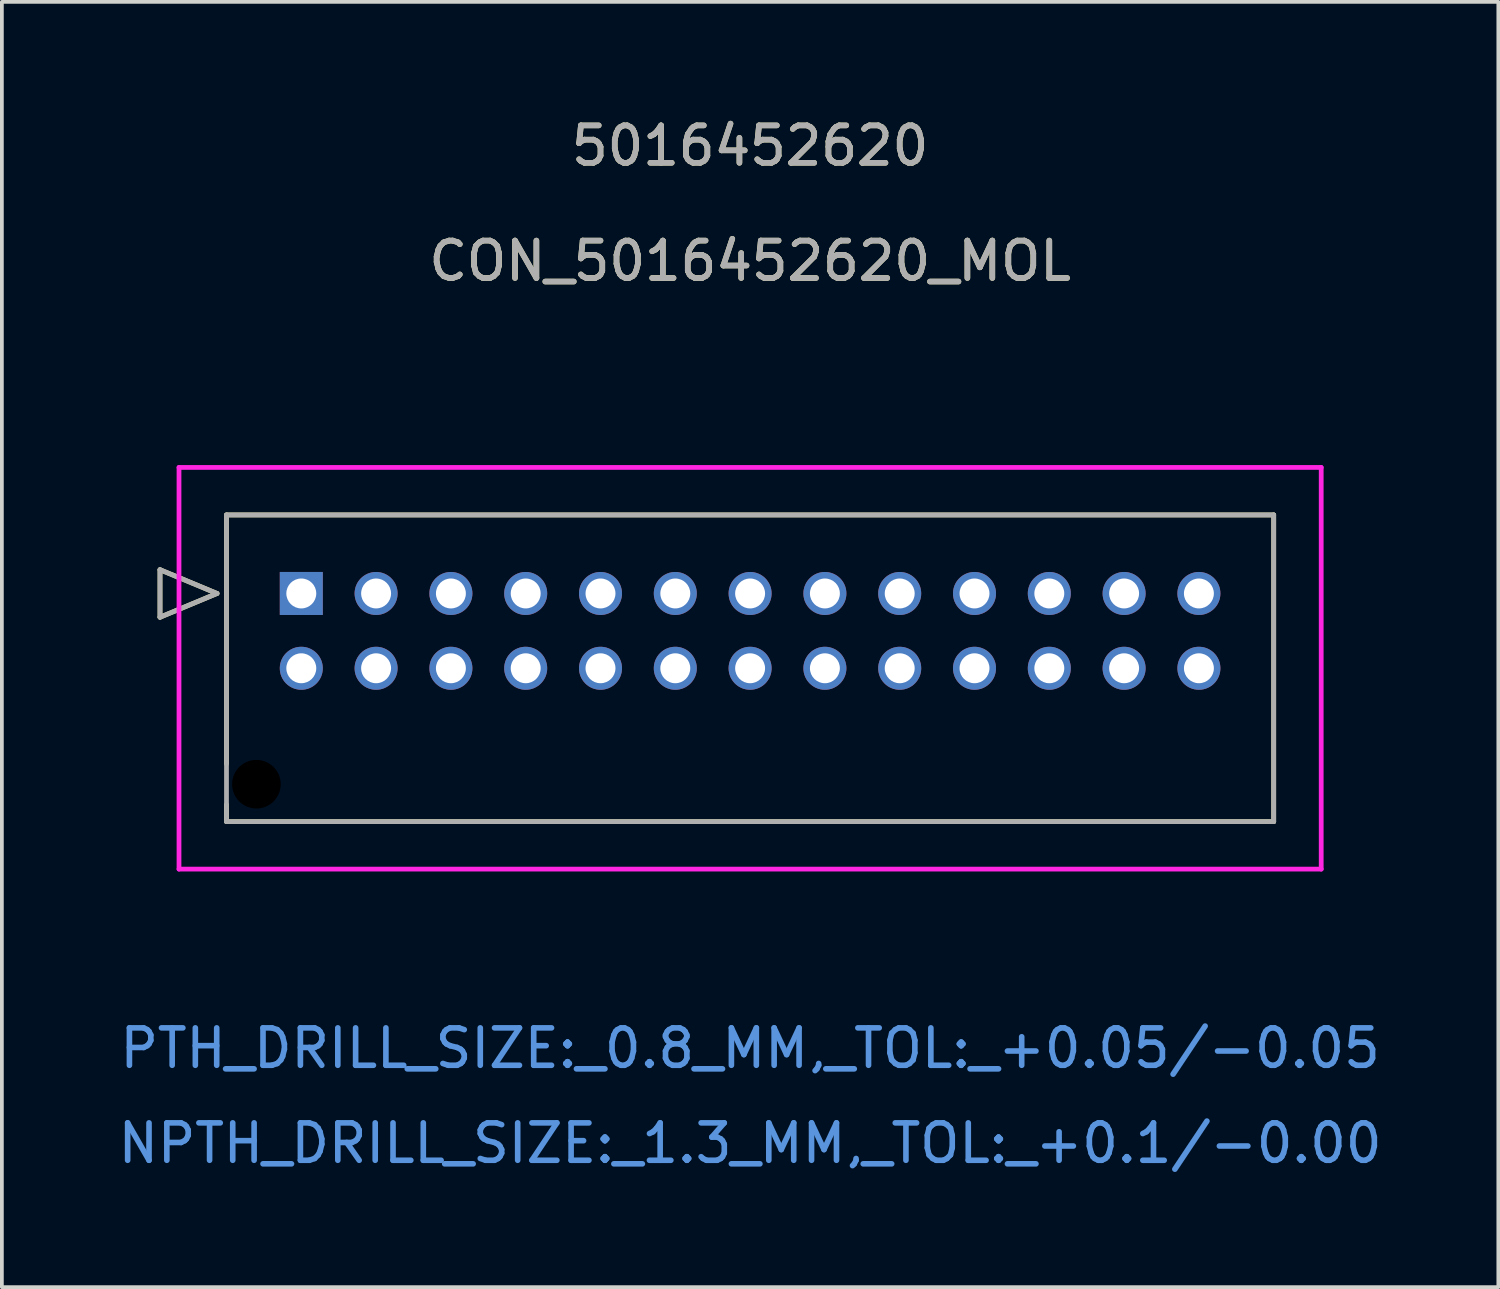
<source format=kicad_pcb>
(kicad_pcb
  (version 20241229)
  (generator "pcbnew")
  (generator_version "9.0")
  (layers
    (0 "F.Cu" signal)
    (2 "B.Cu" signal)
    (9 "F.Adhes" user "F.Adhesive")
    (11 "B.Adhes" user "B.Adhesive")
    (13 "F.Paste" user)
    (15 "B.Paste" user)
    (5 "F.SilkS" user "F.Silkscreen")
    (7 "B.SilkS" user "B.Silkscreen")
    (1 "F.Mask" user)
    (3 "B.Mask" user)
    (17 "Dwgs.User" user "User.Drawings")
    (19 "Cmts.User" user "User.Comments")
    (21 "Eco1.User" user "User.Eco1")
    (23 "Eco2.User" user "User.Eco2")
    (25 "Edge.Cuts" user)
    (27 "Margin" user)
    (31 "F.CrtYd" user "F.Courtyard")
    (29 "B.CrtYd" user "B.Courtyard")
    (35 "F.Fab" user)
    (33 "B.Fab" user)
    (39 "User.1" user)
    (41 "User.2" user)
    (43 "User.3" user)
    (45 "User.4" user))
  (footprint "CON_5016452620_MOL"
    (layer "F.Cu")
    (at 5.006 12.818)
    (property "Reference" "CON_5016452620_MOL" (at 12 -8.89 0) (unlocked yes) (layer "F.SilkS") (effects (font (size 1 1) (thickness 0.15))))
    (attr through_hole)
    (fp_line (start -3.778 -0.635) (end -3.778 0.635) (stroke (width 0.127) (type solid)) (layer "F.SilkS"))
    (fp_line (start -3.778 0.635) (end -2.254 0) (stroke (width 0.127) (type solid)) (layer "F.SilkS"))
    (fp_line (start -2.254 0) (end -3.778 -0.635) (stroke (width 0.127) (type solid)) (layer "F.SilkS"))
    (fp_line (start -2 -2.1) (end -2 4.556) (stroke (width 0.127) (type solid)) (layer "F.SilkS"))
    (fp_line (start -2 5.644) (end -2 6.1) (stroke (width 0.127) (type solid)) (layer "F.SilkS"))
    (fp_line (start -2 6.1) (end 26 6.1) (stroke (width 0.127) (type solid)) (layer "F.SilkS"))
    (fp_line (start 26 -2.1) (end -2 -2.1) (stroke (width 0.127) (type solid)) (layer "F.SilkS"))
    (fp_line (start 26 6.1) (end 26 -2.1) (stroke (width 0.127) (type solid)) (layer "F.SilkS"))
    (fp_line (start -3.27 -3.37) (end -3.27 7.37) (stroke (width 0.127) (type solid)) (layer "F.CrtYd"))
    (fp_line (start -3.27 7.37) (end 27.27 7.37) (stroke (width 0.127) (type solid)) (layer "F.CrtYd"))
    (fp_line (start 27.27 -3.37) (end -3.27 -3.37) (stroke (width 0.127) (type solid)) (layer "F.CrtYd"))
    (fp_line (start 27.27 7.37) (end 27.27 -3.37) (stroke (width 0.127) (type solid)) (layer "F.CrtYd"))
    (fp_line (start -3.778 -0.635) (end -3.778 0.635) (stroke (width 0.127) (type solid)) (layer "F.Fab"))
    (fp_line (start -3.778 0.635) (end -2.254 0) (stroke (width 0.127) (type solid)) (layer "F.Fab"))
    (fp_line (start -2.254 0) (end -3.778 -0.635) (stroke (width 0.127) (type solid)) (layer "F.Fab"))
    (fp_line (start -2 -2.1) (end -2 6.1) (stroke (width 0.127) (type solid)) (layer "F.Fab"))
    (fp_line (start -2 6.1) (end 26 6.1) (stroke (width 0.127) (type solid)) (layer "F.Fab"))
    (fp_line (start 26 -2.1) (end -2 -2.1) (stroke (width 0.127) (type solid)) (layer "F.Fab"))
    (fp_line (start 26 6.1) (end 26 -2.1) (stroke (width 0.127) (type solid)) (layer "F.Fab"))
    (fp_text user "5016452620" (at 12 -11.97 0) (unlocked yes) (layer "F.SilkS") (effects (font (size 1 1) (thickness 0.15))))
    (fp_text user "PTH_DRILL_SIZE:_0.8_MM,_TOL:_+0.05/-0.05" (at 12 12.16 0) (unlocked yes) (layer "Cmts.User") (effects (font (size 1 1) (thickness 0.15))))
    (fp_text user "NPTH_DRILL_SIZE:_1.3_MM,_TOL:_+0.1/-0.00" (at 12 14.7 0) (unlocked yes) (layer "Cmts.User") (effects (font (size 1 1) (thickness 0.15))))
    (fp_text user "${REFERENCE}" (at 12 -8.89 0) (unlocked yes) (layer "F.Fab") (effects (font (size 1 1) (thickness 0.15))))
    (fp_text user "5016452620" (at 12 -11.97 0) (unlocked yes) (layer "F.Fab") (effects (font (size 1 1) (thickness 0.15))))
    (pad "" np_thru_hole circle (at -1.2 5.1) (size 1.3 1.3) (drill 1.3) (layers))
    (pad "1" thru_hole rect (at 0 0) (size 1.15 1.15) (drill 0.8) (layers "*.Cu" "*.Mask"))
    (pad "2" thru_hole circle (at 0 2) (size 1.15 1.15) (drill 0.8) (layers "*.Cu" "*.Mask"))
    (pad "3" thru_hole circle (at 2 0 90) (size 1.15 1.15) (drill 0.8) (layers "*.Cu" "*.Mask"))
    (pad "4" thru_hole circle (at 2 2 90) (size 1.15 1.15) (drill 0.8) (layers "*.Cu" "*.Mask"))
    (pad "5" thru_hole circle (at 4 0 90) (size 1.15 1.15) (drill 0.8) (layers "*.Cu" "*.Mask"))
    (pad "6" thru_hole circle (at 4 2 90) (size 1.15 1.15) (drill 0.8) (layers "*.Cu" "*.Mask"))
    (pad "7" thru_hole circle (at 6 0 90) (size 1.15 1.15) (drill 0.8) (layers "*.Cu" "*.Mask"))
    (pad "8" thru_hole circle (at 6 2 90) (size 1.15 1.15) (drill 0.8) (layers "*.Cu" "*.Mask"))
    (pad "9" thru_hole circle (at 8 0 90) (size 1.15 1.15) (drill 0.8) (layers "*.Cu" "*.Mask"))
    (pad "10" thru_hole circle (at 8 2 90) (size 1.15 1.15) (drill 0.8) (layers "*.Cu" "*.Mask"))
    (pad "11" thru_hole circle (at 10 0 90) (size 1.15 1.15) (drill 0.8) (layers "*.Cu" "*.Mask"))
    (pad "12" thru_hole circle (at 10 2 90) (size 1.15 1.15) (drill 0.8) (layers "*.Cu" "*.Mask"))
    (pad "13" thru_hole circle (at 12 0 90) (size 1.15 1.15) (drill 0.8) (layers "*.Cu" "*.Mask"))
    (pad "14" thru_hole circle (at 12 2 90) (size 1.15 1.15) (drill 0.8) (layers "*.Cu" "*.Mask"))
    (pad "15" thru_hole circle (at 14 0 90) (size 1.15 1.15) (drill 0.8) (layers "*.Cu" "*.Mask"))
    (pad "16" thru_hole circle (at 14 2 90) (size 1.15 1.15) (drill 0.8) (layers "*.Cu" "*.Mask"))
    (pad "17" thru_hole circle (at 16 0 90) (size 1.15 1.15) (drill 0.8) (layers "*.Cu" "*.Mask"))
    (pad "18" thru_hole circle (at 16 2 90) (size 1.15 1.15) (drill 0.8) (layers "*.Cu" "*.Mask"))
    (pad "19" thru_hole circle (at 18 0 90) (size 1.15 1.15) (drill 0.8) (layers "*.Cu" "*.Mask"))
    (pad "20" thru_hole circle (at 18 2 90) (size 1.15 1.15) (drill 0.8) (layers "*.Cu" "*.Mask"))
    (pad "21" thru_hole circle (at 20 0 90) (size 1.15 1.15) (drill 0.8) (layers "*.Cu" "*.Mask"))
    (pad "22" thru_hole circle (at 20 2 90) (size 1.15 1.15) (drill 0.8) (layers "*.Cu" "*.Mask"))
    (pad "23" thru_hole circle (at 22 0 90) (size 1.15 1.15) (drill 0.8) (layers "*.Cu" "*.Mask"))
    (pad "24" thru_hole circle (at 22 2 90) (size 1.15 1.15) (drill 0.8) (layers "*.Cu" "*.Mask"))
    (pad "25" thru_hole circle (at 24 0 90) (size 1.15 1.15) (drill 0.8) (layers "*.Cu" "*.Mask"))
    (pad "26" thru_hole circle (at 24 2 90) (size 1.15 1.15) (drill 0.8) (layers "*.Cu" "*.Mask")))
  (gr_rect
    (start -3 -3)
    (end 37.012 31.366)
    (stroke (width 0.1) (type default))
    (fill no)
    (layer "Edge.Cuts")))
</source>
